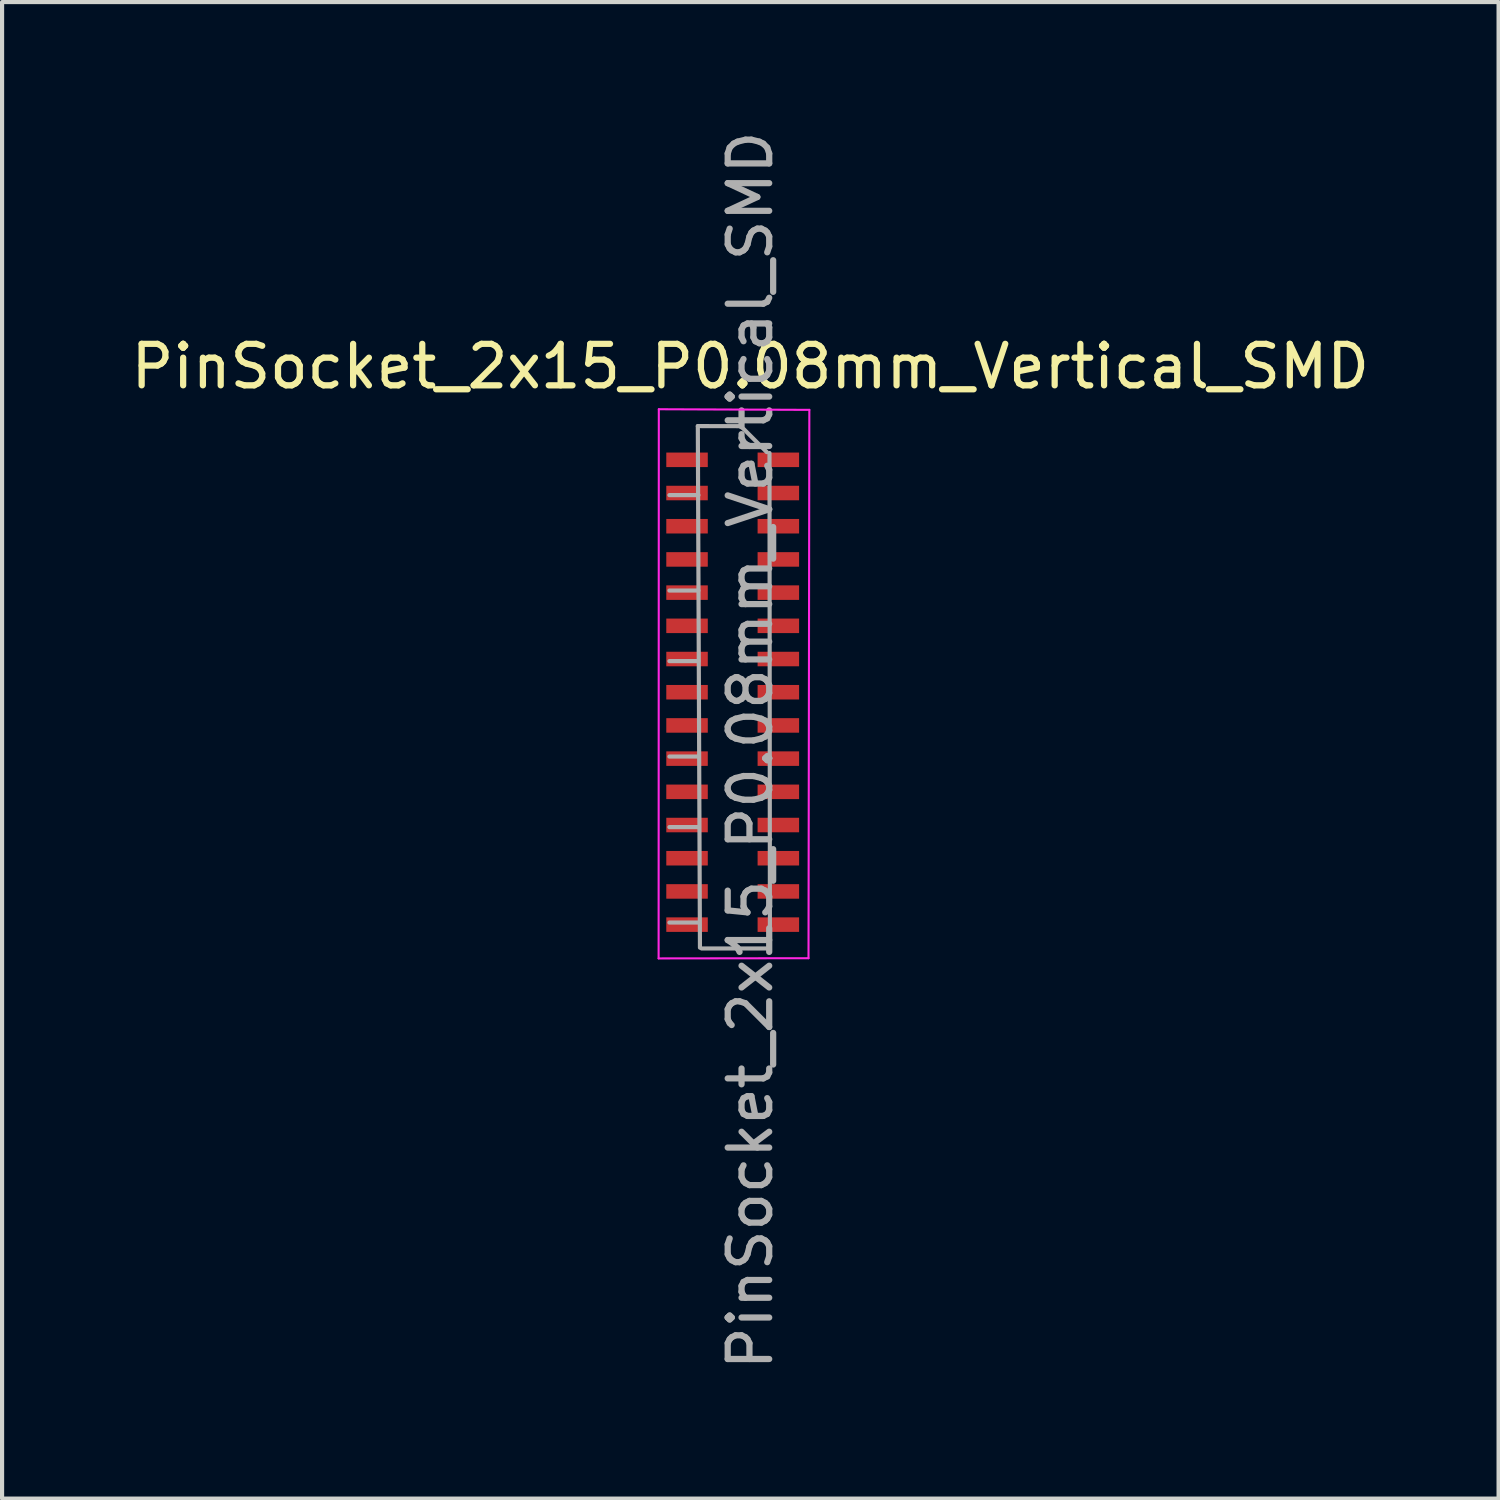
<source format=kicad_pcb>
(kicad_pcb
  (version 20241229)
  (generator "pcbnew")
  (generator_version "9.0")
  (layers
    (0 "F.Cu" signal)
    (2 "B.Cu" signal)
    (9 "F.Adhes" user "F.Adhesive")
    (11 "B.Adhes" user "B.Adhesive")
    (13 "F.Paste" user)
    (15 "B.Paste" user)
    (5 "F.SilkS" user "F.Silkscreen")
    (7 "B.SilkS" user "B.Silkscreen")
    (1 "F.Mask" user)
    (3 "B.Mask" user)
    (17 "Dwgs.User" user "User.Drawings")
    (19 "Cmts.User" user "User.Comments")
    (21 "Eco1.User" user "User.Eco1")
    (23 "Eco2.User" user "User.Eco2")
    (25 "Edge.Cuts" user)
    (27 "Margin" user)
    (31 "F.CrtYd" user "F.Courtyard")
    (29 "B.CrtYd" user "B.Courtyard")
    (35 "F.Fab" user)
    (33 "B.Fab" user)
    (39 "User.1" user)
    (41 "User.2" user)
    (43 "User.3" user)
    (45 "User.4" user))
  (footprint "PinSocket_2x15_P0.08mm_Vertical_SMD"
    (layer "F.Cu")
    (at 15.03 15.03)
    (property "Reference" "PinSocket_2x15_P0.08mm_Vertical_SMD" (at 0 -9.25 0) (layer "F.SilkS") (effects (font (size 1 1) (thickness 0.15))))
    (attr smd)
    (fp_line (start -2.21 5.014) (end -2.205 -8.219) (stroke (width 0.05) (type solid)) (layer "F.CrtYd"))
    (fp_line (start -2.205 -8.219) (end 1.422 -8.204) (stroke (width 0.05) (type solid)) (layer "F.CrtYd"))
    (fp_line (start 1.402 5.009) (end -2.21 5.014) (stroke (width 0.05) (type solid)) (layer "F.CrtYd"))
    (fp_line (start 1.422 -8.204) (end 1.402 5.009) (stroke (width 0.05) (type solid)) (layer "F.CrtYd"))
    (fp_line (start -1.95 -6.15) (end -1.25 -6.15) (stroke (width 0.1) (type solid)) (layer "F.Fab"))
    (fp_line (start -1.95 -2.15) (end -1.25 -2.15) (stroke (width 0.1) (type solid)) (layer "F.Fab"))
    (fp_line (start -1.95 1.85) (end -1.25 1.85) (stroke (width 0.1) (type solid)) (layer "F.Fab"))
    (fp_line (start -1.265 -7.813) (end -0.229 -7.811) (stroke (width 0.1) (type solid)) (layer "F.Fab"))
    (fp_line (start -1.25 -3.85) (end -1.95 -3.85) (stroke (width 0.1) (type solid)) (layer "F.Fab"))
    (fp_line (start -1.25 0.15) (end -1.95 0.15) (stroke (width 0.1) (type solid)) (layer "F.Fab"))
    (fp_line (start -1.25 4.15) (end -1.95 4.15) (stroke (width 0.1) (type solid)) (layer "F.Fab"))
    (fp_line (start -1.214 4.755) (end -1.265 -7.813) (stroke (width 0.1) (type solid)) (layer "F.Fab"))
    (fp_line (start -0.229 -7.811) (end 0.396 -7.186) (stroke (width 0.1) (type solid)) (layer "F.Fab"))
    (fp_line (start 0.462 -7.164) (end 0.472 4.775) (stroke (width 0.1) (type solid)) (layer "F.Fab"))
    (fp_line (start 0.472 4.775) (end -1.173 4.775) (stroke (width 0.1) (type solid)) (layer "F.Fab"))
    (fp_text user "${REFERENCE}" (at 0 0 90) (layer "F.Fab") (effects (font (size 1 1) (thickness 0.15))))
    (pad "1" smd rect (at -1.525 -7) (size 1 0.35) (layers "F.Cu" "F.Mask" "F.Paste"))
    (pad "2" smd rect (at 0.675 -7) (size 1 0.35) (layers "F.Cu" "F.Mask" "F.Paste"))
    (pad "3" smd rect (at -1.525 -6.2) (size 1 0.35) (layers "F.Cu" "F.Mask" "F.Paste"))
    (pad "4" smd rect (at 0.675 -6.2) (size 1 0.35) (layers "F.Cu" "F.Mask" "F.Paste"))
    (pad "5" smd rect (at -1.525 -5.4) (size 1 0.35) (layers "F.Cu" "F.Mask" "F.Paste"))
    (pad "6" smd rect (at 0.675 -5.4) (size 1 0.35) (layers "F.Cu" "F.Mask" "F.Paste"))
    (pad "7" smd rect (at -1.525 -4.6) (size 1 0.35) (layers "F.Cu" "F.Mask" "F.Paste"))
    (pad "8" smd rect (at 0.675 -4.6) (size 1 0.35) (layers "F.Cu" "F.Mask" "F.Paste"))
    (pad "9" smd rect (at -1.525 -3.8) (size 1 0.35) (layers "F.Cu" "F.Mask" "F.Paste"))
    (pad "10" smd rect (at 0.675 -3.8) (size 1 0.35) (layers "F.Cu" "F.Mask" "F.Paste"))
    (pad "11" smd rect (at -1.525 -3) (size 1 0.35) (layers "F.Cu" "F.Mask" "F.Paste"))
    (pad "12" smd rect (at 0.675 -3) (size 1 0.35) (layers "F.Cu" "F.Mask" "F.Paste"))
    (pad "13" smd rect (at -1.525 -2.2) (size 1 0.35) (layers "F.Cu" "F.Mask" "F.Paste"))
    (pad "14" smd rect (at 0.675 -2.2) (size 1 0.35) (layers "F.Cu" "F.Mask" "F.Paste"))
    (pad "15" smd rect (at -1.525 -1.4) (size 1 0.35) (layers "F.Cu" "F.Mask" "F.Paste"))
    (pad "16" smd rect (at 0.675 -1.4) (size 1 0.35) (layers "F.Cu" "F.Mask" "F.Paste"))
    (pad "17" smd rect (at -1.525 -0.6) (size 1 0.35) (layers "F.Cu" "F.Mask" "F.Paste"))
    (pad "18" smd rect (at 0.675 -0.6) (size 1 0.35) (layers "F.Cu" "F.Mask" "F.Paste"))
    (pad "19" smd rect (at -1.525 0.2) (size 1 0.35) (layers "F.Cu" "F.Mask" "F.Paste"))
    (pad "20" smd rect (at 0.675 0.2) (size 1 0.35) (layers "F.Cu" "F.Mask" "F.Paste"))
    (pad "21" smd rect (at -1.525 1) (size 1 0.35) (layers "F.Cu" "F.Mask" "F.Paste"))
    (pad "22" smd rect (at 0.675 1) (size 1 0.35) (layers "F.Cu" "F.Mask" "F.Paste"))
    (pad "23" smd rect (at -1.525 1.8) (size 1 0.35) (layers "F.Cu" "F.Mask" "F.Paste"))
    (pad "24" smd rect (at 0.675 1.8) (size 1 0.35) (layers "F.Cu" "F.Mask" "F.Paste"))
    (pad "25" smd rect (at -1.525 2.6) (size 1 0.35) (layers "F.Cu" "F.Mask" "F.Paste"))
    (pad "26" smd rect (at 0.675 2.6) (size 1 0.35) (layers "F.Cu" "F.Mask" "F.Paste"))
    (pad "27" smd rect (at -1.525 3.4) (size 1 0.35) (layers "F.Cu" "F.Mask" "F.Paste"))
    (pad "28" smd rect (at 0.675 3.4) (size 1 0.35) (layers "F.Cu" "F.Mask" "F.Paste"))
    (pad "29" smd rect (at -1.525 4.2) (size 1 0.35) (layers "F.Cu" "F.Mask" "F.Paste"))
    (pad "30" smd rect (at 0.675 4.2) (size 1 0.35) (layers "F.Cu" "F.Mask" "F.Paste")))
  (gr_rect
    (start -3 -3)
    (end 33.06 33.06)
    (stroke (width 0.1) (type default))
    (fill no)
    (layer "Edge.Cuts")))
</source>
